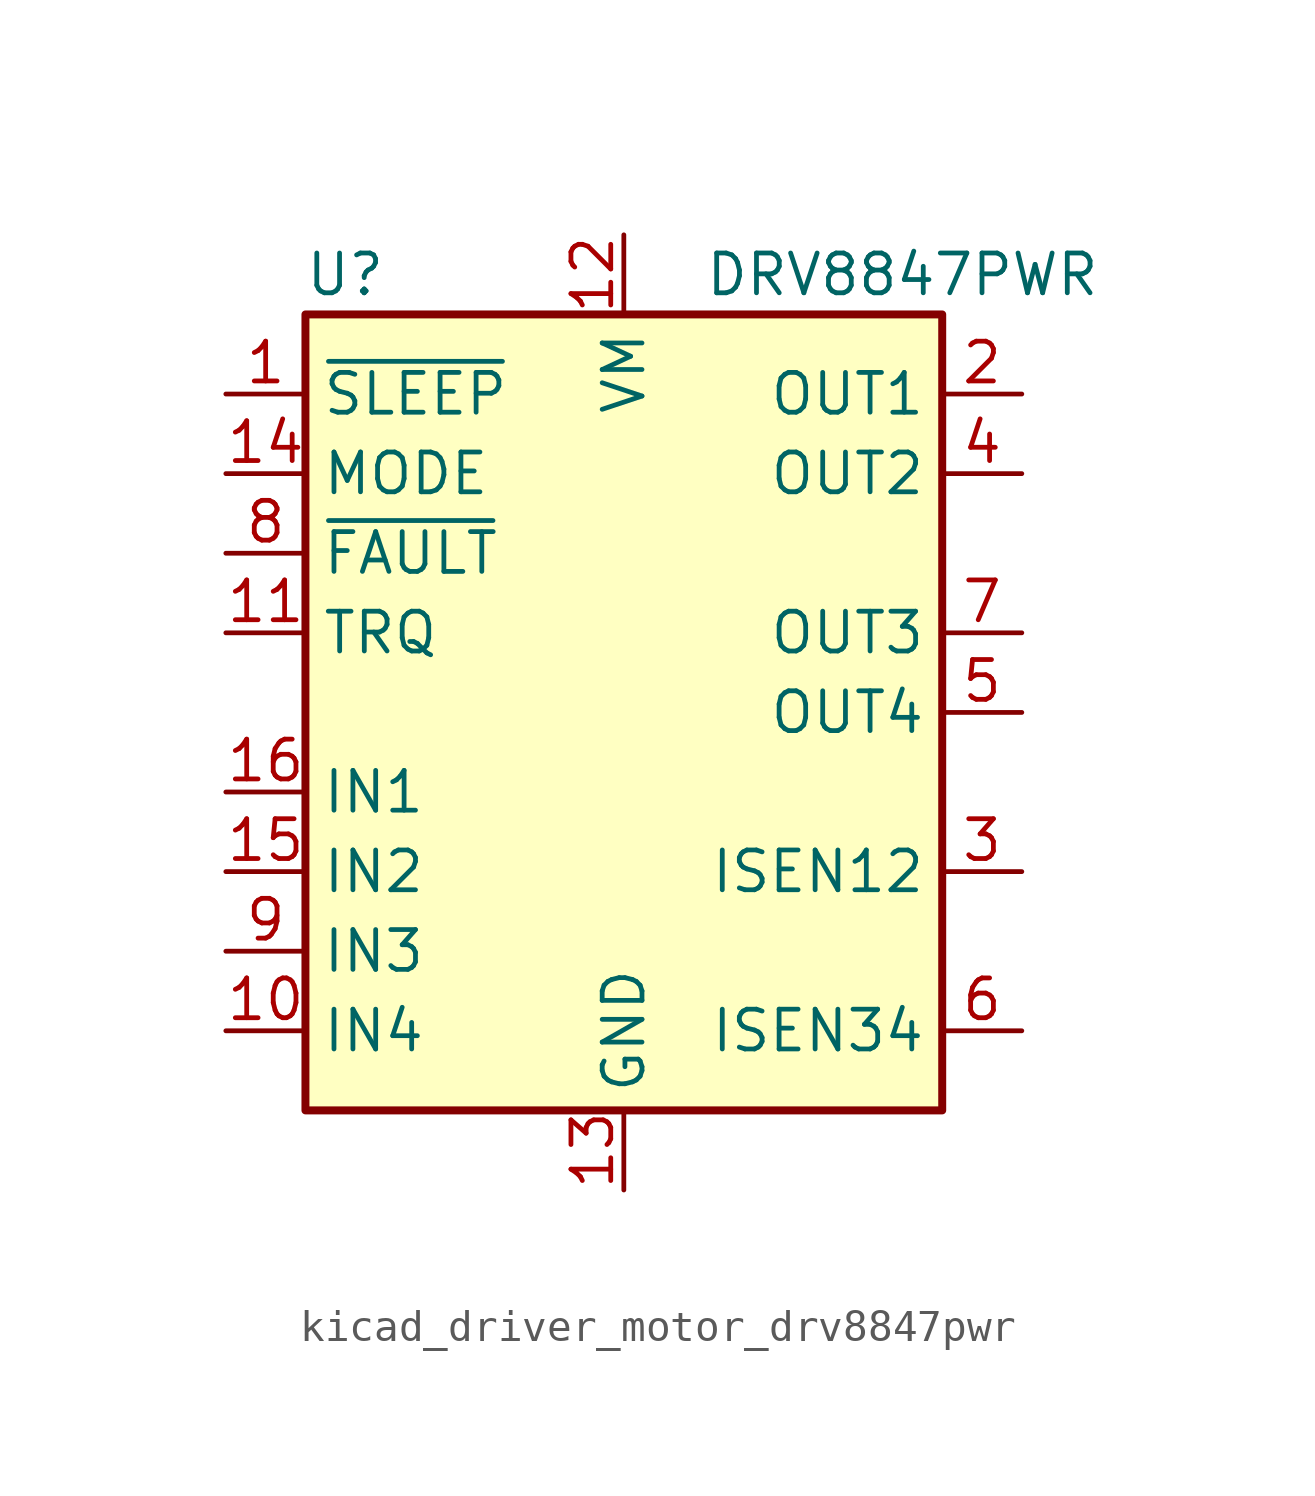
<source format=kicad_sym>
(kicad_symbol_lib
  (version 20220914)
  (generator kicad_symbol_editor)
  (symbol "kicad_driver_motor_drv8847pwr"
    (property "Reference" "U"
      (at -8.89 13.97 0)
      (effects (font (size 1.27 1.27))))
    (property "Value" "DRV8847PWR"
      (at 8.89 13.97 0)
      (effects (font (size 1.27 1.27))))
    (symbol "kicad_driver_motor_drv8847pwr_0_1"
      (rectangle (start -10.16 -12.7) (end 10.16 12.7) (stroke (width 0.254) (type default)) (fill (type background))))
    (symbol "kicad_driver_motor_drv8847pwr_1_1"
      (pin input line (at -12.7 10.16 0) (length 2.54) (name "~{SLEEP}" (effects (font (size 1.27 1.27)))) (number "1" (effects (font (size 1.27 1.27)))))
      (pin input line (at -12.7 -10.16 0) (length 2.54) (name "IN4" (effects (font (size 1.27 1.27)))) (number "10" (effects (font (size 1.27 1.27)))))
      (pin input line (at -12.7 2.54 0) (length 2.54) (name "TRQ" (effects (font (size 1.27 1.27)))) (number "11" (effects (font (size 1.27 1.27)))))
      (pin power_in line (at 0 15.24 270) (length 2.54) (name "VM" (effects (font (size 1.27 1.27)))) (number "12" (effects (font (size 1.27 1.27)))))
      (pin power_in line (at 0 -15.24 90) (length 2.54) (name "GND" (effects (font (size 1.27 1.27)))) (number "13" (effects (font (size 1.27 1.27)))))
      (pin input line (at -12.7 7.62 0) (length 2.54) (name "MODE" (effects (font (size 1.27 1.27)))) (number "14" (effects (font (size 1.27 1.27)))))
      (pin input line (at -12.7 -5.08 0) (length 2.54) (name "IN2" (effects (font (size 1.27 1.27)))) (number "15" (effects (font (size 1.27 1.27)))))
      (pin input line (at -12.7 -2.54 0) (length 2.54) (name "IN1" (effects (font (size 1.27 1.27)))) (number "16" (effects (font (size 1.27 1.27)))))
      (pin output line (at 12.7 10.16 180) (length 2.54) (name "OUT1" (effects (font (size 1.27 1.27)))) (number "2" (effects (font (size 1.27 1.27)))))
      (pin passive line (at 12.7 -5.08 180) (length 2.54) (name "ISEN12" (effects (font (size 1.27 1.27)))) (number "3" (effects (font (size 1.27 1.27)))))
      (pin output line (at 12.7 7.62 180) (length 2.54) (name "OUT2" (effects (font (size 1.27 1.27)))) (number "4" (effects (font (size 1.27 1.27)))))
      (pin output line (at 12.7 0 180) (length 2.54) (name "OUT4" (effects (font (size 1.27 1.27)))) (number "5" (effects (font (size 1.27 1.27)))))
      (pin passive line (at 12.7 -10.16 180) (length 2.54) (name "ISEN34" (effects (font (size 1.27 1.27)))) (number "6" (effects (font (size 1.27 1.27)))))
      (pin output line (at 12.7 2.54 180) (length 2.54) (name "OUT3" (effects (font (size 1.27 1.27)))) (number "7" (effects (font (size 1.27 1.27)))))
      (pin open_collector line (at -12.7 5.08 0) (length 2.54) (name "~{FAULT}" (effects (font (size 1.27 1.27)))) (number "8" (effects (font (size 1.27 1.27)))))
      (pin input line (at -12.7 -7.62 0) (length 2.54) (name "IN3" (effects (font (size 1.27 1.27)))) (number "9" (effects (font (size 1.27 1.27))))))))
</source>
